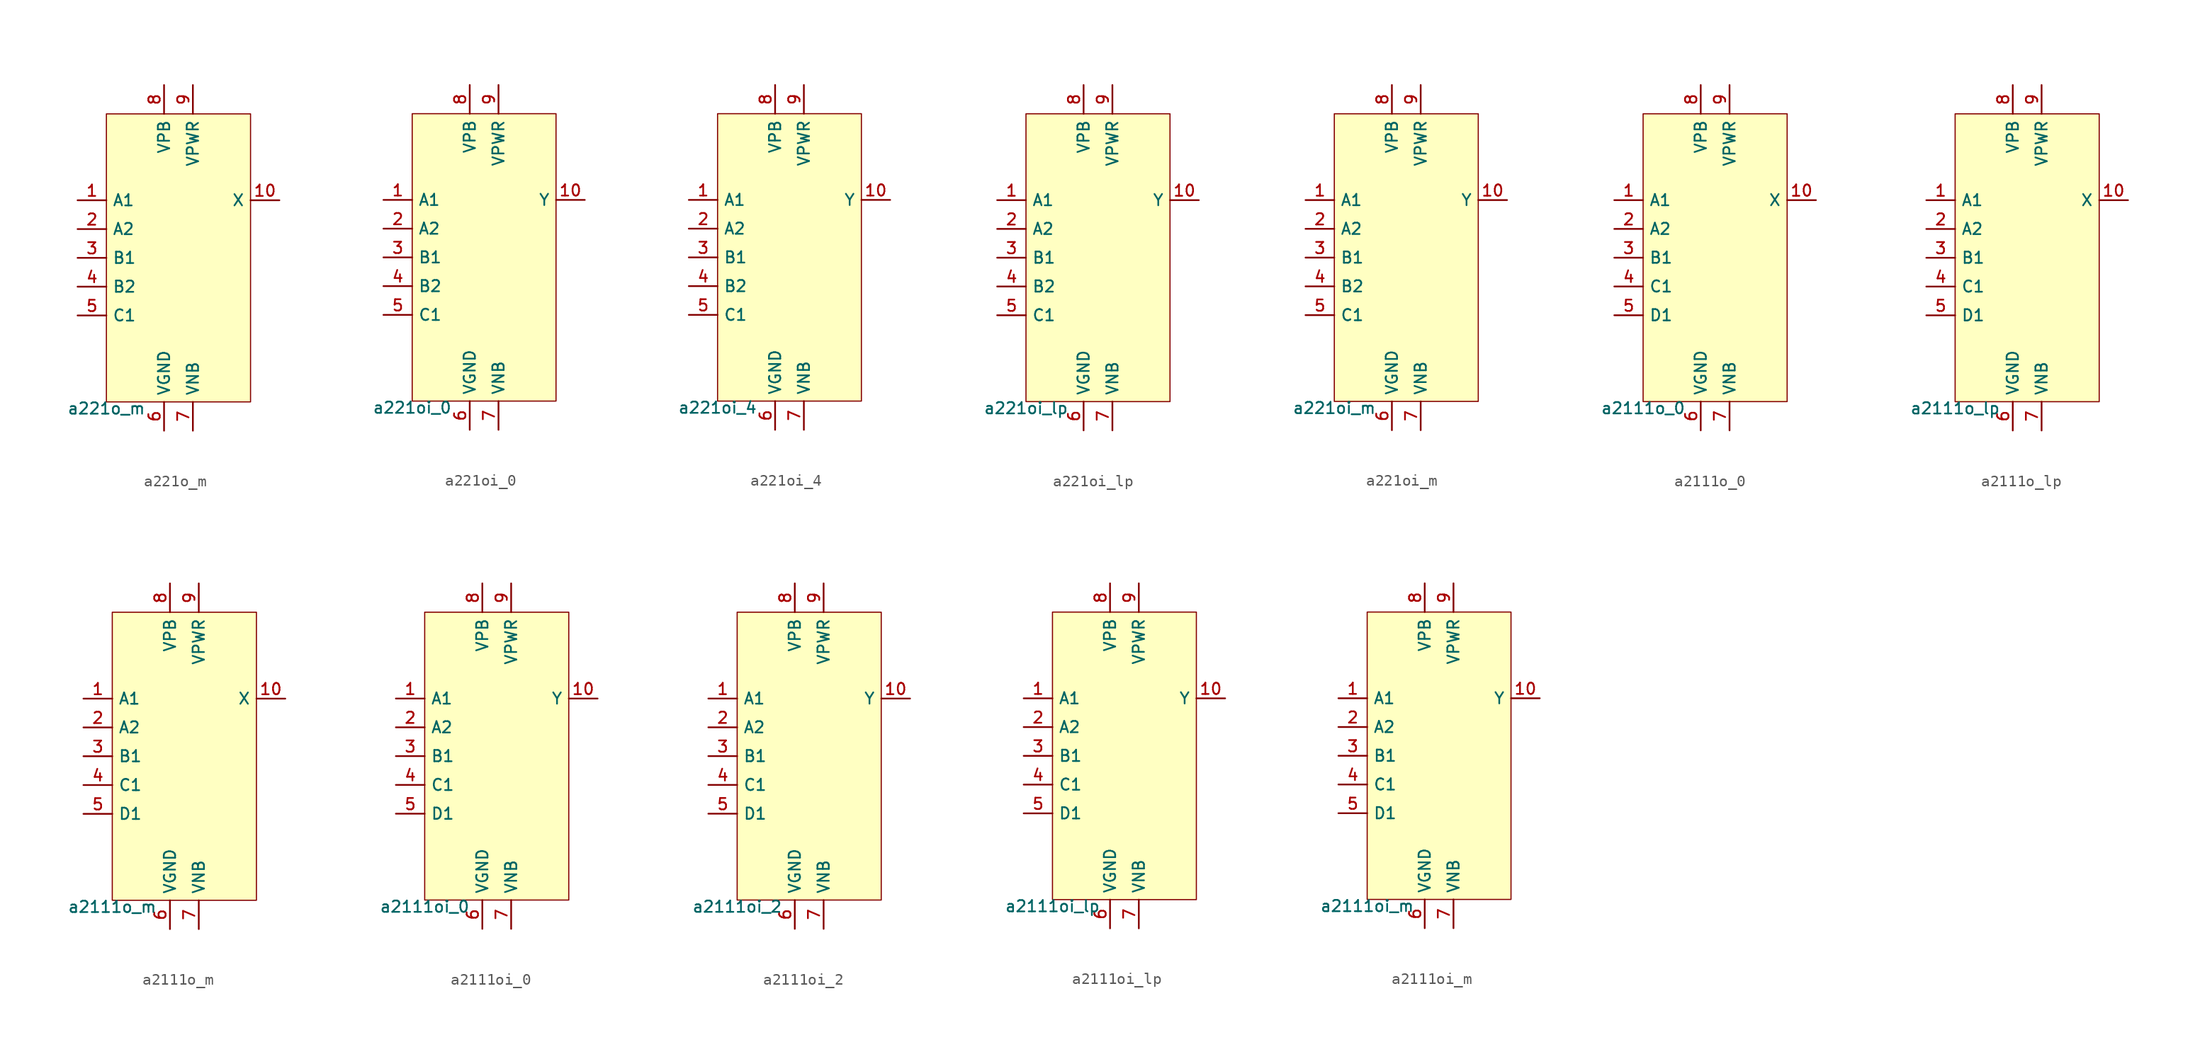
<source format=kicad_sym>
(kicad_symbol_lib
  (version 20211014)
  (generator pdk2kicad)
  (symbol "a221o_m"
    (property "Reference" "X"
      (at 0 0 0)
      (effects (font (size 1 1)) hide))
    (property "Value" "a221o_m"
      (at -6.35 -12.7 0)
      (effects (font (size 1 1)) (justify top)))
    (rectangle
      (start -6.35 -12.7)
      (end 6.35 12.7)
      (stroke (width 0.1) (type solid) (color 0 0 0 0))
      (fill (type background)))
    (pin input line
      (at -8.89 5.08 0)
      (length 2.54)
      (name "A1" (effects (font (size 1 1)) hide))
      (number "1" (effects (font (size 1 1)) hide)))
    (pin input line
      (at -8.89 2.54 0)
      (length 2.54)
      (name "A2" (effects (font (size 1 1)) hide))
      (number "2" (effects (font (size 1 1)) hide)))
    (pin input line
      (at -8.89 -8.881784197001252e-16 0)
      (length 2.54)
      (name "B1" (effects (font (size 1 1)) hide))
      (number "3" (effects (font (size 1 1)) hide)))
    (pin input line
      (at -8.89 -2.54 0)
      (length 2.54)
      (name "B2" (effects (font (size 1 1)) hide))
      (number "4" (effects (font (size 1 1)) hide)))
    (pin input line
      (at -8.89 -5.08 0)
      (length 2.54)
      (name "C1" (effects (font (size 1 1)) hide))
      (number "5" (effects (font (size 1 1)) hide)))
    (pin power_in line
      (at -1.27 -15.24 90)
      (length 2.54)
      (name "VGND" (effects (font (size 1 1)) hide))
      (number "6" (effects (font (size 1 1)) hide)))
    (pin power_in line
      (at 1.27 -15.24 90)
      (length 2.54)
      (name "VNB" (effects (font (size 1 1)) hide))
      (number "7" (effects (font (size 1 1)) hide)))
    (pin power_in line
      (at -1.27 15.24 270)
      (length 2.54)
      (name "VPB" (effects (font (size 1 1)) hide))
      (number "8" (effects (font (size 1 1)) hide)))
    (pin power_in line
      (at 1.27 15.24 270)
      (length 2.54)
      (name "VPWR" (effects (font (size 1 1)) hide))
      (number "9" (effects (font (size 1 1)) hide)))
    (pin output line
      (at 8.89 5.08 180)
      (length 2.54)
      (name "X" (effects (font (size 1 1)) hide))
      (number "10" (effects (font (size 1 1)) hide))))
  (symbol "a221oi_0"
    (property "Reference" "X"
      (at 0 0 0)
      (effects (font (size 1 1)) hide))
    (property "Value" "a221oi_0"
      (at -6.35 -12.7 0)
      (effects (font (size 1 1)) (justify top)))
    (rectangle
      (start -6.35 -12.7)
      (end 6.35 12.7)
      (stroke (width 0.1) (type solid) (color 0 0 0 0))
      (fill (type background)))
    (pin input line
      (at -8.89 5.08 0)
      (length 2.54)
      (name "A1" (effects (font (size 1 1)) hide))
      (number "1" (effects (font (size 1 1)) hide)))
    (pin input line
      (at -8.89 2.54 0)
      (length 2.54)
      (name "A2" (effects (font (size 1 1)) hide))
      (number "2" (effects (font (size 1 1)) hide)))
    (pin input line
      (at -8.89 -8.881784197001252e-16 0)
      (length 2.54)
      (name "B1" (effects (font (size 1 1)) hide))
      (number "3" (effects (font (size 1 1)) hide)))
    (pin input line
      (at -8.89 -2.54 0)
      (length 2.54)
      (name "B2" (effects (font (size 1 1)) hide))
      (number "4" (effects (font (size 1 1)) hide)))
    (pin input line
      (at -8.89 -5.08 0)
      (length 2.54)
      (name "C1" (effects (font (size 1 1)) hide))
      (number "5" (effects (font (size 1 1)) hide)))
    (pin power_in line
      (at -1.27 -15.24 90)
      (length 2.54)
      (name "VGND" (effects (font (size 1 1)) hide))
      (number "6" (effects (font (size 1 1)) hide)))
    (pin power_in line
      (at 1.27 -15.24 90)
      (length 2.54)
      (name "VNB" (effects (font (size 1 1)) hide))
      (number "7" (effects (font (size 1 1)) hide)))
    (pin power_in line
      (at -1.27 15.24 270)
      (length 2.54)
      (name "VPB" (effects (font (size 1 1)) hide))
      (number "8" (effects (font (size 1 1)) hide)))
    (pin power_in line
      (at 1.27 15.24 270)
      (length 2.54)
      (name "VPWR" (effects (font (size 1 1)) hide))
      (number "9" (effects (font (size 1 1)) hide)))
    (pin output line
      (at 8.89 5.08 180)
      (length 2.54)
      (name "Y" (effects (font (size 1 1)) hide))
      (number "10" (effects (font (size 1 1)) hide))))
  (symbol "a221oi_4"
    (property "Reference" "X"
      (at 0 0 0)
      (effects (font (size 1 1)) hide))
    (property "Value" "a221oi_4"
      (at -6.35 -12.7 0)
      (effects (font (size 1 1)) (justify top)))
    (rectangle
      (start -6.35 -12.7)
      (end 6.35 12.7)
      (stroke (width 0.1) (type solid) (color 0 0 0 0))
      (fill (type background)))
    (pin input line
      (at -8.89 5.08 0)
      (length 2.54)
      (name "A1" (effects (font (size 1 1)) hide))
      (number "1" (effects (font (size 1 1)) hide)))
    (pin input line
      (at -8.89 2.54 0)
      (length 2.54)
      (name "A2" (effects (font (size 1 1)) hide))
      (number "2" (effects (font (size 1 1)) hide)))
    (pin input line
      (at -8.89 -8.881784197001252e-16 0)
      (length 2.54)
      (name "B1" (effects (font (size 1 1)) hide))
      (number "3" (effects (font (size 1 1)) hide)))
    (pin input line
      (at -8.89 -2.54 0)
      (length 2.54)
      (name "B2" (effects (font (size 1 1)) hide))
      (number "4" (effects (font (size 1 1)) hide)))
    (pin input line
      (at -8.89 -5.08 0)
      (length 2.54)
      (name "C1" (effects (font (size 1 1)) hide))
      (number "5" (effects (font (size 1 1)) hide)))
    (pin power_in line
      (at -1.27 -15.24 90)
      (length 2.54)
      (name "VGND" (effects (font (size 1 1)) hide))
      (number "6" (effects (font (size 1 1)) hide)))
    (pin power_in line
      (at 1.27 -15.24 90)
      (length 2.54)
      (name "VNB" (effects (font (size 1 1)) hide))
      (number "7" (effects (font (size 1 1)) hide)))
    (pin power_in line
      (at -1.27 15.24 270)
      (length 2.54)
      (name "VPB" (effects (font (size 1 1)) hide))
      (number "8" (effects (font (size 1 1)) hide)))
    (pin power_in line
      (at 1.27 15.24 270)
      (length 2.54)
      (name "VPWR" (effects (font (size 1 1)) hide))
      (number "9" (effects (font (size 1 1)) hide)))
    (pin output line
      (at 8.89 5.08 180)
      (length 2.54)
      (name "Y" (effects (font (size 1 1)) hide))
      (number "10" (effects (font (size 1 1)) hide))))
  (symbol "a221oi_lp"
    (property "Reference" "X"
      (at 0 0 0)
      (effects (font (size 1 1)) hide))
    (property "Value" "a221oi_lp"
      (at -6.35 -12.7 0)
      (effects (font (size 1 1)) (justify top)))
    (rectangle
      (start -6.35 -12.7)
      (end 6.35 12.7)
      (stroke (width 0.1) (type solid) (color 0 0 0 0))
      (fill (type background)))
    (pin input line
      (at -8.89 5.08 0)
      (length 2.54)
      (name "A1" (effects (font (size 1 1)) hide))
      (number "1" (effects (font (size 1 1)) hide)))
    (pin input line
      (at -8.89 2.54 0)
      (length 2.54)
      (name "A2" (effects (font (size 1 1)) hide))
      (number "2" (effects (font (size 1 1)) hide)))
    (pin input line
      (at -8.89 -8.881784197001252e-16 0)
      (length 2.54)
      (name "B1" (effects (font (size 1 1)) hide))
      (number "3" (effects (font (size 1 1)) hide)))
    (pin input line
      (at -8.89 -2.54 0)
      (length 2.54)
      (name "B2" (effects (font (size 1 1)) hide))
      (number "4" (effects (font (size 1 1)) hide)))
    (pin input line
      (at -8.89 -5.08 0)
      (length 2.54)
      (name "C1" (effects (font (size 1 1)) hide))
      (number "5" (effects (font (size 1 1)) hide)))
    (pin power_in line
      (at -1.27 -15.24 90)
      (length 2.54)
      (name "VGND" (effects (font (size 1 1)) hide))
      (number "6" (effects (font (size 1 1)) hide)))
    (pin power_in line
      (at 1.27 -15.24 90)
      (length 2.54)
      (name "VNB" (effects (font (size 1 1)) hide))
      (number "7" (effects (font (size 1 1)) hide)))
    (pin power_in line
      (at -1.27 15.24 270)
      (length 2.54)
      (name "VPB" (effects (font (size 1 1)) hide))
      (number "8" (effects (font (size 1 1)) hide)))
    (pin power_in line
      (at 1.27 15.24 270)
      (length 2.54)
      (name "VPWR" (effects (font (size 1 1)) hide))
      (number "9" (effects (font (size 1 1)) hide)))
    (pin output line
      (at 8.89 5.08 180)
      (length 2.54)
      (name "Y" (effects (font (size 1 1)) hide))
      (number "10" (effects (font (size 1 1)) hide))))
  (symbol "a221oi_m"
    (property "Reference" "X"
      (at 0 0 0)
      (effects (font (size 1 1)) hide))
    (property "Value" "a221oi_m"
      (at -6.35 -12.7 0)
      (effects (font (size 1 1)) (justify top)))
    (rectangle
      (start -6.35 -12.7)
      (end 6.35 12.7)
      (stroke (width 0.1) (type solid) (color 0 0 0 0))
      (fill (type background)))
    (pin input line
      (at -8.89 5.08 0)
      (length 2.54)
      (name "A1" (effects (font (size 1 1)) hide))
      (number "1" (effects (font (size 1 1)) hide)))
    (pin input line
      (at -8.89 2.54 0)
      (length 2.54)
      (name "A2" (effects (font (size 1 1)) hide))
      (number "2" (effects (font (size 1 1)) hide)))
    (pin input line
      (at -8.89 -8.881784197001252e-16 0)
      (length 2.54)
      (name "B1" (effects (font (size 1 1)) hide))
      (number "3" (effects (font (size 1 1)) hide)))
    (pin input line
      (at -8.89 -2.54 0)
      (length 2.54)
      (name "B2" (effects (font (size 1 1)) hide))
      (number "4" (effects (font (size 1 1)) hide)))
    (pin input line
      (at -8.89 -5.08 0)
      (length 2.54)
      (name "C1" (effects (font (size 1 1)) hide))
      (number "5" (effects (font (size 1 1)) hide)))
    (pin power_in line
      (at -1.27 -15.24 90)
      (length 2.54)
      (name "VGND" (effects (font (size 1 1)) hide))
      (number "6" (effects (font (size 1 1)) hide)))
    (pin power_in line
      (at 1.27 -15.24 90)
      (length 2.54)
      (name "VNB" (effects (font (size 1 1)) hide))
      (number "7" (effects (font (size 1 1)) hide)))
    (pin power_in line
      (at -1.27 15.24 270)
      (length 2.54)
      (name "VPB" (effects (font (size 1 1)) hide))
      (number "8" (effects (font (size 1 1)) hide)))
    (pin power_in line
      (at 1.27 15.24 270)
      (length 2.54)
      (name "VPWR" (effects (font (size 1 1)) hide))
      (number "9" (effects (font (size 1 1)) hide)))
    (pin output line
      (at 8.89 5.08 180)
      (length 2.54)
      (name "Y" (effects (font (size 1 1)) hide))
      (number "10" (effects (font (size 1 1)) hide))))
  (symbol "a2111o_0"
    (property "Reference" "X"
      (at 0 0 0)
      (effects (font (size 1 1)) hide))
    (property "Value" "a2111o_0"
      (at -6.35 -12.7 0)
      (effects (font (size 1 1)) (justify top)))
    (rectangle
      (start -6.35 -12.7)
      (end 6.35 12.7)
      (stroke (width 0.1) (type solid) (color 0 0 0 0))
      (fill (type background)))
    (pin input line
      (at -8.89 5.08 0)
      (length 2.54)
      (name "A1" (effects (font (size 1 1)) hide))
      (number "1" (effects (font (size 1 1)) hide)))
    (pin input line
      (at -8.89 2.54 0)
      (length 2.54)
      (name "A2" (effects (font (size 1 1)) hide))
      (number "2" (effects (font (size 1 1)) hide)))
    (pin input line
      (at -8.89 -8.881784197001252e-16 0)
      (length 2.54)
      (name "B1" (effects (font (size 1 1)) hide))
      (number "3" (effects (font (size 1 1)) hide)))
    (pin input line
      (at -8.89 -2.54 0)
      (length 2.54)
      (name "C1" (effects (font (size 1 1)) hide))
      (number "4" (effects (font (size 1 1)) hide)))
    (pin input line
      (at -8.89 -5.08 0)
      (length 2.54)
      (name "D1" (effects (font (size 1 1)) hide))
      (number "5" (effects (font (size 1 1)) hide)))
    (pin power_in line
      (at -1.27 -15.24 90)
      (length 2.54)
      (name "VGND" (effects (font (size 1 1)) hide))
      (number "6" (effects (font (size 1 1)) hide)))
    (pin power_in line
      (at 1.27 -15.24 90)
      (length 2.54)
      (name "VNB" (effects (font (size 1 1)) hide))
      (number "7" (effects (font (size 1 1)) hide)))
    (pin power_in line
      (at -1.27 15.24 270)
      (length 2.54)
      (name "VPB" (effects (font (size 1 1)) hide))
      (number "8" (effects (font (size 1 1)) hide)))
    (pin power_in line
      (at 1.27 15.24 270)
      (length 2.54)
      (name "VPWR" (effects (font (size 1 1)) hide))
      (number "9" (effects (font (size 1 1)) hide)))
    (pin output line
      (at 8.89 5.08 180)
      (length 2.54)
      (name "X" (effects (font (size 1 1)) hide))
      (number "10" (effects (font (size 1 1)) hide))))
  (symbol "a2111o_lp"
    (property "Reference" "X"
      (at 0 0 0)
      (effects (font (size 1 1)) hide))
    (property "Value" "a2111o_lp"
      (at -6.35 -12.7 0)
      (effects (font (size 1 1)) (justify top)))
    (rectangle
      (start -6.35 -12.7)
      (end 6.35 12.7)
      (stroke (width 0.1) (type solid) (color 0 0 0 0))
      (fill (type background)))
    (pin input line
      (at -8.89 5.08 0)
      (length 2.54)
      (name "A1" (effects (font (size 1 1)) hide))
      (number "1" (effects (font (size 1 1)) hide)))
    (pin input line
      (at -8.89 2.54 0)
      (length 2.54)
      (name "A2" (effects (font (size 1 1)) hide))
      (number "2" (effects (font (size 1 1)) hide)))
    (pin input line
      (at -8.89 -8.881784197001252e-16 0)
      (length 2.54)
      (name "B1" (effects (font (size 1 1)) hide))
      (number "3" (effects (font (size 1 1)) hide)))
    (pin input line
      (at -8.89 -2.54 0)
      (length 2.54)
      (name "C1" (effects (font (size 1 1)) hide))
      (number "4" (effects (font (size 1 1)) hide)))
    (pin input line
      (at -8.89 -5.08 0)
      (length 2.54)
      (name "D1" (effects (font (size 1 1)) hide))
      (number "5" (effects (font (size 1 1)) hide)))
    (pin power_in line
      (at -1.27 -15.24 90)
      (length 2.54)
      (name "VGND" (effects (font (size 1 1)) hide))
      (number "6" (effects (font (size 1 1)) hide)))
    (pin power_in line
      (at 1.27 -15.24 90)
      (length 2.54)
      (name "VNB" (effects (font (size 1 1)) hide))
      (number "7" (effects (font (size 1 1)) hide)))
    (pin power_in line
      (at -1.27 15.24 270)
      (length 2.54)
      (name "VPB" (effects (font (size 1 1)) hide))
      (number "8" (effects (font (size 1 1)) hide)))
    (pin power_in line
      (at 1.27 15.24 270)
      (length 2.54)
      (name "VPWR" (effects (font (size 1 1)) hide))
      (number "9" (effects (font (size 1 1)) hide)))
    (pin output line
      (at 8.89 5.08 180)
      (length 2.54)
      (name "X" (effects (font (size 1 1)) hide))
      (number "10" (effects (font (size 1 1)) hide))))
  (symbol "a2111o_m"
    (property "Reference" "X"
      (at 0 0 0)
      (effects (font (size 1 1)) hide))
    (property "Value" "a2111o_m"
      (at -6.35 -12.7 0)
      (effects (font (size 1 1)) (justify top)))
    (rectangle
      (start -6.35 -12.7)
      (end 6.35 12.7)
      (stroke (width 0.1) (type solid) (color 0 0 0 0))
      (fill (type background)))
    (pin input line
      (at -8.89 5.08 0)
      (length 2.54)
      (name "A1" (effects (font (size 1 1)) hide))
      (number "1" (effects (font (size 1 1)) hide)))
    (pin input line
      (at -8.89 2.54 0)
      (length 2.54)
      (name "A2" (effects (font (size 1 1)) hide))
      (number "2" (effects (font (size 1 1)) hide)))
    (pin input line
      (at -8.89 -8.881784197001252e-16 0)
      (length 2.54)
      (name "B1" (effects (font (size 1 1)) hide))
      (number "3" (effects (font (size 1 1)) hide)))
    (pin input line
      (at -8.89 -2.54 0)
      (length 2.54)
      (name "C1" (effects (font (size 1 1)) hide))
      (number "4" (effects (font (size 1 1)) hide)))
    (pin input line
      (at -8.89 -5.08 0)
      (length 2.54)
      (name "D1" (effects (font (size 1 1)) hide))
      (number "5" (effects (font (size 1 1)) hide)))
    (pin power_in line
      (at -1.27 -15.24 90)
      (length 2.54)
      (name "VGND" (effects (font (size 1 1)) hide))
      (number "6" (effects (font (size 1 1)) hide)))
    (pin power_in line
      (at 1.27 -15.24 90)
      (length 2.54)
      (name "VNB" (effects (font (size 1 1)) hide))
      (number "7" (effects (font (size 1 1)) hide)))
    (pin power_in line
      (at -1.27 15.24 270)
      (length 2.54)
      (name "VPB" (effects (font (size 1 1)) hide))
      (number "8" (effects (font (size 1 1)) hide)))
    (pin power_in line
      (at 1.27 15.24 270)
      (length 2.54)
      (name "VPWR" (effects (font (size 1 1)) hide))
      (number "9" (effects (font (size 1 1)) hide)))
    (pin output line
      (at 8.89 5.08 180)
      (length 2.54)
      (name "X" (effects (font (size 1 1)) hide))
      (number "10" (effects (font (size 1 1)) hide))))
  (symbol "a2111oi_0"
    (property "Reference" "X"
      (at 0 0 0)
      (effects (font (size 1 1)) hide))
    (property "Value" "a2111oi_0"
      (at -6.35 -12.7 0)
      (effects (font (size 1 1)) (justify top)))
    (rectangle
      (start -6.35 -12.7)
      (end 6.35 12.7)
      (stroke (width 0.1) (type solid) (color 0 0 0 0))
      (fill (type background)))
    (pin input line
      (at -8.89 5.08 0)
      (length 2.54)
      (name "A1" (effects (font (size 1 1)) hide))
      (number "1" (effects (font (size 1 1)) hide)))
    (pin input line
      (at -8.89 2.54 0)
      (length 2.54)
      (name "A2" (effects (font (size 1 1)) hide))
      (number "2" (effects (font (size 1 1)) hide)))
    (pin input line
      (at -8.89 -8.881784197001252e-16 0)
      (length 2.54)
      (name "B1" (effects (font (size 1 1)) hide))
      (number "3" (effects (font (size 1 1)) hide)))
    (pin input line
      (at -8.89 -2.54 0)
      (length 2.54)
      (name "C1" (effects (font (size 1 1)) hide))
      (number "4" (effects (font (size 1 1)) hide)))
    (pin input line
      (at -8.89 -5.08 0)
      (length 2.54)
      (name "D1" (effects (font (size 1 1)) hide))
      (number "5" (effects (font (size 1 1)) hide)))
    (pin power_in line
      (at -1.27 -15.24 90)
      (length 2.54)
      (name "VGND" (effects (font (size 1 1)) hide))
      (number "6" (effects (font (size 1 1)) hide)))
    (pin power_in line
      (at 1.27 -15.24 90)
      (length 2.54)
      (name "VNB" (effects (font (size 1 1)) hide))
      (number "7" (effects (font (size 1 1)) hide)))
    (pin power_in line
      (at -1.27 15.24 270)
      (length 2.54)
      (name "VPB" (effects (font (size 1 1)) hide))
      (number "8" (effects (font (size 1 1)) hide)))
    (pin power_in line
      (at 1.27 15.24 270)
      (length 2.54)
      (name "VPWR" (effects (font (size 1 1)) hide))
      (number "9" (effects (font (size 1 1)) hide)))
    (pin output line
      (at 8.89 5.08 180)
      (length 2.54)
      (name "Y" (effects (font (size 1 1)) hide))
      (number "10" (effects (font (size 1 1)) hide))))
  (symbol "a2111oi_2"
    (property "Reference" "X"
      (at 0 0 0)
      (effects (font (size 1 1)) hide))
    (property "Value" "a2111oi_2"
      (at -6.35 -12.7 0)
      (effects (font (size 1 1)) (justify top)))
    (rectangle
      (start -6.35 -12.7)
      (end 6.35 12.7)
      (stroke (width 0.1) (type solid) (color 0 0 0 0))
      (fill (type background)))
    (pin input line
      (at -8.89 5.08 0)
      (length 2.54)
      (name "A1" (effects (font (size 1 1)) hide))
      (number "1" (effects (font (size 1 1)) hide)))
    (pin input line
      (at -8.89 2.54 0)
      (length 2.54)
      (name "A2" (effects (font (size 1 1)) hide))
      (number "2" (effects (font (size 1 1)) hide)))
    (pin input line
      (at -8.89 -8.881784197001252e-16 0)
      (length 2.54)
      (name "B1" (effects (font (size 1 1)) hide))
      (number "3" (effects (font (size 1 1)) hide)))
    (pin input line
      (at -8.89 -2.54 0)
      (length 2.54)
      (name "C1" (effects (font (size 1 1)) hide))
      (number "4" (effects (font (size 1 1)) hide)))
    (pin input line
      (at -8.89 -5.08 0)
      (length 2.54)
      (name "D1" (effects (font (size 1 1)) hide))
      (number "5" (effects (font (size 1 1)) hide)))
    (pin power_in line
      (at -1.27 -15.24 90)
      (length 2.54)
      (name "VGND" (effects (font (size 1 1)) hide))
      (number "6" (effects (font (size 1 1)) hide)))
    (pin power_in line
      (at 1.27 -15.24 90)
      (length 2.54)
      (name "VNB" (effects (font (size 1 1)) hide))
      (number "7" (effects (font (size 1 1)) hide)))
    (pin power_in line
      (at -1.27 15.24 270)
      (length 2.54)
      (name "VPB" (effects (font (size 1 1)) hide))
      (number "8" (effects (font (size 1 1)) hide)))
    (pin power_in line
      (at 1.27 15.24 270)
      (length 2.54)
      (name "VPWR" (effects (font (size 1 1)) hide))
      (number "9" (effects (font (size 1 1)) hide)))
    (pin output line
      (at 8.89 5.08 180)
      (length 2.54)
      (name "Y" (effects (font (size 1 1)) hide))
      (number "10" (effects (font (size 1 1)) hide))))
  (symbol "a2111oi_lp"
    (property "Reference" "X"
      (at 0 0 0)
      (effects (font (size 1 1)) hide))
    (property "Value" "a2111oi_lp"
      (at -6.35 -12.7 0)
      (effects (font (size 1 1)) (justify top)))
    (rectangle
      (start -6.35 -12.7)
      (end 6.35 12.7)
      (stroke (width 0.1) (type solid) (color 0 0 0 0))
      (fill (type background)))
    (pin input line
      (at -8.89 5.08 0)
      (length 2.54)
      (name "A1" (effects (font (size 1 1)) hide))
      (number "1" (effects (font (size 1 1)) hide)))
    (pin input line
      (at -8.89 2.54 0)
      (length 2.54)
      (name "A2" (effects (font (size 1 1)) hide))
      (number "2" (effects (font (size 1 1)) hide)))
    (pin input line
      (at -8.89 -8.881784197001252e-16 0)
      (length 2.54)
      (name "B1" (effects (font (size 1 1)) hide))
      (number "3" (effects (font (size 1 1)) hide)))
    (pin input line
      (at -8.89 -2.54 0)
      (length 2.54)
      (name "C1" (effects (font (size 1 1)) hide))
      (number "4" (effects (font (size 1 1)) hide)))
    (pin input line
      (at -8.89 -5.08 0)
      (length 2.54)
      (name "D1" (effects (font (size 1 1)) hide))
      (number "5" (effects (font (size 1 1)) hide)))
    (pin power_in line
      (at -1.27 -15.24 90)
      (length 2.54)
      (name "VGND" (effects (font (size 1 1)) hide))
      (number "6" (effects (font (size 1 1)) hide)))
    (pin power_in line
      (at 1.27 -15.24 90)
      (length 2.54)
      (name "VNB" (effects (font (size 1 1)) hide))
      (number "7" (effects (font (size 1 1)) hide)))
    (pin power_in line
      (at -1.27 15.24 270)
      (length 2.54)
      (name "VPB" (effects (font (size 1 1)) hide))
      (number "8" (effects (font (size 1 1)) hide)))
    (pin power_in line
      (at 1.27 15.24 270)
      (length 2.54)
      (name "VPWR" (effects (font (size 1 1)) hide))
      (number "9" (effects (font (size 1 1)) hide)))
    (pin output line
      (at 8.89 5.08 180)
      (length 2.54)
      (name "Y" (effects (font (size 1 1)) hide))
      (number "10" (effects (font (size 1 1)) hide))))
  (symbol "a2111oi_m"
    (property "Reference" "X"
      (at 0 0 0)
      (effects (font (size 1 1)) hide))
    (property "Value" "a2111oi_m"
      (at -6.35 -12.7 0)
      (effects (font (size 1 1)) (justify top)))
    (rectangle
      (start -6.35 -12.7)
      (end 6.35 12.7)
      (stroke (width 0.1) (type solid) (color 0 0 0 0))
      (fill (type background)))
    (pin input line
      (at -8.89 5.08 0)
      (length 2.54)
      (name "A1" (effects (font (size 1 1)) hide))
      (number "1" (effects (font (size 1 1)) hide)))
    (pin input line
      (at -8.89 2.54 0)
      (length 2.54)
      (name "A2" (effects (font (size 1 1)) hide))
      (number "2" (effects (font (size 1 1)) hide)))
    (pin input line
      (at -8.89 -8.881784197001252e-16 0)
      (length 2.54)
      (name "B1" (effects (font (size 1 1)) hide))
      (number "3" (effects (font (size 1 1)) hide)))
    (pin input line
      (at -8.89 -2.54 0)
      (length 2.54)
      (name "C1" (effects (font (size 1 1)) hide))
      (number "4" (effects (font (size 1 1)) hide)))
    (pin input line
      (at -8.89 -5.08 0)
      (length 2.54)
      (name "D1" (effects (font (size 1 1)) hide))
      (number "5" (effects (font (size 1 1)) hide)))
    (pin power_in line
      (at -1.27 -15.24 90)
      (length 2.54)
      (name "VGND" (effects (font (size 1 1)) hide))
      (number "6" (effects (font (size 1 1)) hide)))
    (pin power_in line
      (at 1.27 -15.24 90)
      (length 2.54)
      (name "VNB" (effects (font (size 1 1)) hide))
      (number "7" (effects (font (size 1 1)) hide)))
    (pin power_in line
      (at -1.27 15.24 270)
      (length 2.54)
      (name "VPB" (effects (font (size 1 1)) hide))
      (number "8" (effects (font (size 1 1)) hide)))
    (pin power_in line
      (at 1.27 15.24 270)
      (length 2.54)
      (name "VPWR" (effects (font (size 1 1)) hide))
      (number "9" (effects (font (size 1 1)) hide)))
    (pin output line
      (at 8.89 5.08 180)
      (length 2.54)
      (name "Y" (effects (font (size 1 1)) hide))
      (number "10" (effects (font (size 1 1)) hide)))))
</source>
